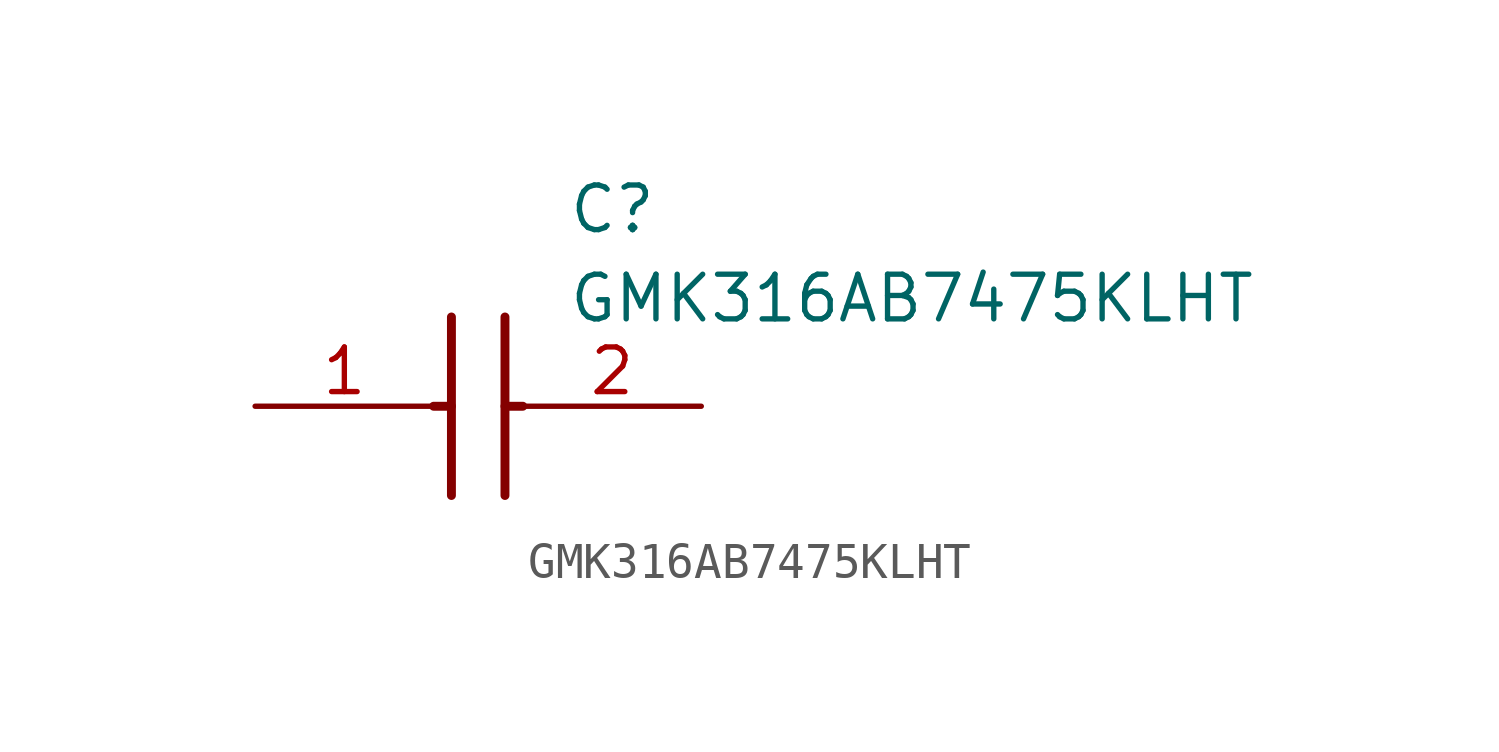
<source format=kicad_sym>
(kicad_symbol_lib
  (version 20211014)
  (generator SamacSys_ECAD_Model)
  (symbol "GMK316AB7475KLHT"
    (pin_names hide)
    (property "Reference" "C"
      (at 8.89 6.35 0)
      (effects (font (size 1.27 1.27)) (justify left top)))
    (property "Value" "GMK316AB7475KLHT"
      (at 8.89 3.81 0)
      (effects (font (size 1.27 1.27)) (justify left top)))
    (polyline
      (pts (xy 5.588 2.54) (xy 5.588 -2.54))
      (stroke (width 0.254) (type default))
      (fill (type none)))
    (polyline
      (pts (xy 7.112 2.54) (xy 7.112 -2.54))
      (stroke (width 0.254) (type default))
      (fill (type none)))
    (polyline
      (pts (xy 5.08 0) (xy 5.588 0))
      (stroke (width 0.254) (type default))
      (fill (type none)))
    (polyline
      (pts (xy 7.112 0) (xy 7.62 0))
      (stroke (width 0.254) (type default))
      (fill (type none)))
    (pin passive line
      (at 0 0 0)
      (length 5.08)
      (name "1" (effects (font (size 1.27 1.27))))
      (number "1" (effects (font (size 1.27 1.27)))))
    (pin passive line
      (at 12.7 0 180)
      (length 5.08)
      (name "2" (effects (font (size 1.27 1.27))))
      (number "2" (effects (font (size 1.27 1.27)))))))
</source>
